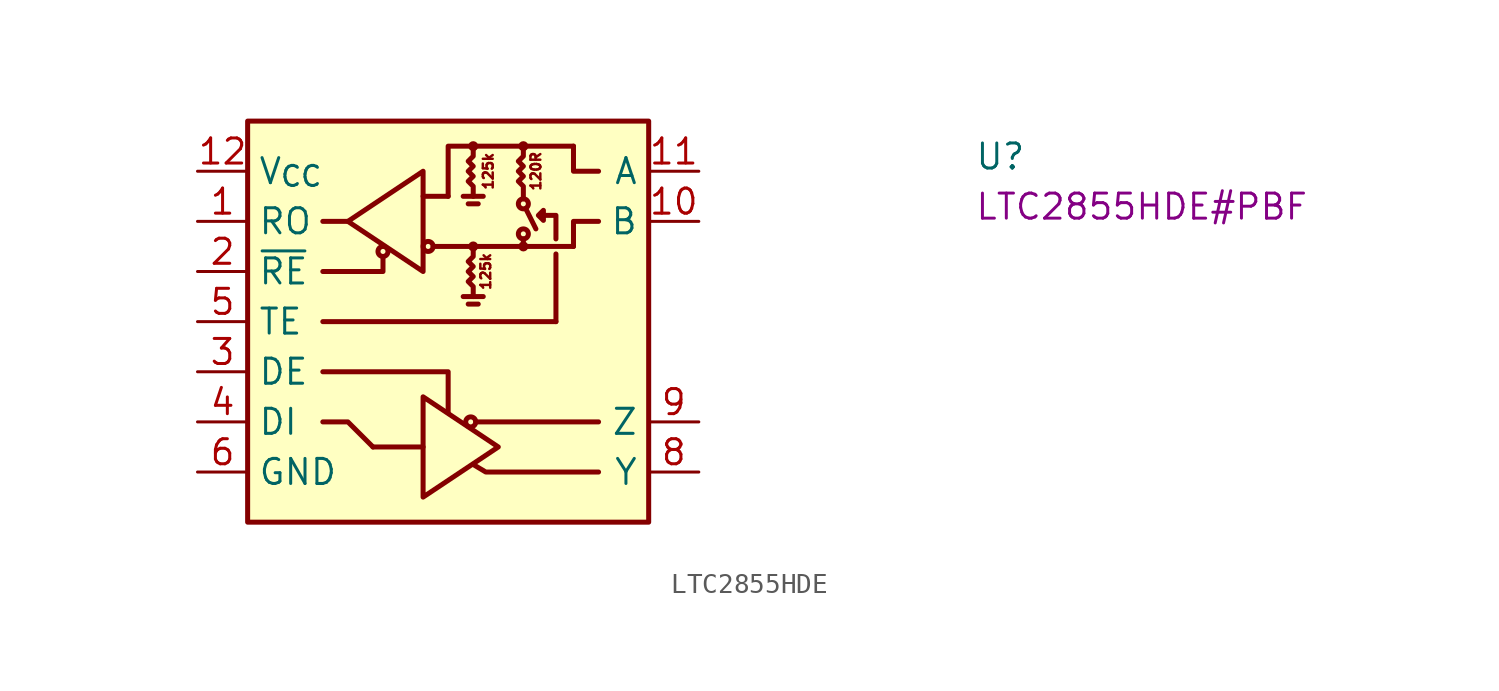
<source format=kicad_sym>
(kicad_symbol_lib
  (version 20220914)
  (generator kicad_symbol_editor)
  (symbol "LTC2855HDE"
    (property "Reference" "U"
      (at 39.37 0 0)
      (effects (font (size 1.27 1.27) (thickness 0.15)) (justify left bottom)))
    (property "MPN" "LTC2855HDE#PBF"
      (at 39.37 -2.54 0)
      (effects (font (size 1.27 1.27) (thickness 0.15)) (justify left bottom)))
    (symbol "LTC2855HDE_1_1"
      (polyline (pts (xy 6.35 -7.62) (xy 18.161 -7.62)) (stroke (width 0.254) (type default)) (fill (type none)))
      (polyline (pts (xy 6.35 -2.54) (xy 7.62 -2.54)) (stroke (width 0.254) (type default)) (fill (type none)))
      (polyline (pts (xy 8.89 -13.97) (xy 11.43 -13.97)) (stroke (width 0.254) (type default)) (fill (type none)))
      (polyline (pts (xy 11.43 -1.27) (xy 12.7 -1.27)) (stroke (width 0.254) (type default)) (fill (type none)))
      (polyline (pts (xy 11.938 -3.81) (xy 13.97 -3.81)) (stroke (width 0.254) (type default)) (fill (type none)))
      (polyline (pts (xy 13.462 -6.35) (xy 14.478 -6.35)) (stroke (width 0.254) (type default)) (fill (type none)))
      (polyline (pts (xy 13.462 -1.27) (xy 14.478 -1.27)) (stroke (width 0.254) (type default)) (fill (type none)))
      (polyline (pts (xy 14.224 -6.731) (xy 13.716 -6.731)) (stroke (width 0.254) (type default)) (fill (type none)))
      (polyline (pts (xy 14.224 -1.651) (xy 13.716 -1.651)) (stroke (width 0.254) (type default)) (fill (type none)))
      (polyline (pts (xy 16.637 -1.905) (xy 17.145 -2.921)) (stroke (width 0.254) (type default)) (fill (type none)))
      (polyline (pts (xy 18.161 -4.191) (xy 18.161 -7.62)) (stroke (width 0.254) (type default)) (fill (type none)))
      (polyline (pts (xy 19.05 -3.81) (xy 16.51 -3.81)) (stroke (width 0.254) (type default)) (fill (type none)))
      (polyline (pts (xy 20.32 -12.7) (xy 14.097 -12.7)) (stroke (width 0.254) (type default)) (fill (type none)))
      (polyline (pts (xy 6.35 -12.7) (xy 7.62 -12.7) (xy 8.89 -13.97)) (stroke (width 0.254) (type default)) (fill (type none)))
      (polyline (pts (xy 6.35 -10.16) (xy 12.7 -10.16) (xy 12.7 -12.243)) (stroke (width 0.254) (type default)) (fill (type none)))
      (polyline (pts (xy 6.35 -5.08) (xy 9.398 -5.08) (xy 9.398 -4.318)) (stroke (width 0.254) (type default)) (fill (type none)))
      (polyline (pts (xy 12.7 -1.27) (xy 12.7 1.27) (xy 19.05 1.27)) (stroke (width 0.254) (type default)) (fill (type none)))
      (polyline (pts (xy 13.843 -3.81) (xy 16.51 -3.81) (xy 16.51 -3.429)) (stroke (width 0.254) (type default)) (fill (type none)))
      (polyline (pts (xy 19.05 -3.81) (xy 19.05 -2.54) (xy 20.32 -2.54)) (stroke (width 0.254) (type default)) (fill (type none)))
      (polyline (pts (xy 20.32 -15.24) (xy 14.605 -15.24) (xy 13.97 -14.859)) (stroke (width 0.254) (type default)) (fill (type none)))
      (polyline (pts (xy 20.32 0) (xy 19.05 0) (xy 19.05 1.27)) (stroke (width 0.254) (type default)) (fill (type none)))
      (polyline (pts (xy 11.43 -16.51) (xy 11.43 -11.43) (xy 15.24 -13.97) (xy 11.43 -16.51)) (stroke (width 0.254) (type default)) (fill (type none)))
      (polyline (pts (xy 11.43 0) (xy 11.43 -5.08) (xy 7.62 -2.54) (xy 11.43 0)) (stroke (width 0.254) (type default)) (fill (type none)))
      (polyline (pts (xy 17.272 -2.235) (xy 17.526 -1.981) (xy 17.526 -2.489) (xy 17.272 -2.235) (xy 18.161 -2.235) (xy 18.161 -3.429)) (stroke (width 0.254) (type default)) (fill (type none)))
      (polyline (pts (xy 13.97 -3.81) (xy 13.97 -4.318) (xy 13.716 -4.572) (xy 13.97 -4.826) (xy 13.716 -5.08) (xy 13.97 -5.334) (xy 13.716 -5.588) (xy 13.97 -5.842) (xy 13.97 -6.35)) (stroke (width 0.254) (type default)) (fill (type none)))
      (polyline (pts (xy 13.97 1.27) (xy 13.97 0.762) (xy 13.716 0.508) (xy 13.97 0.254) (xy 13.716 0) (xy 13.97 -0.254) (xy 13.716 -0.508) (xy 13.97 -0.762) (xy 13.97 -1.27)) (stroke (width 0.254) (type default)) (fill (type none)))
      (polyline (pts (xy 16.51 1.27) (xy 16.51 0.762) (xy 16.256 0.508) (xy 16.51 0.254) (xy 16.256 0) (xy 16.51 -0.254) (xy 16.256 -0.508) (xy 16.51 -0.762) (xy 16.51 -1.397)) (stroke (width 0.254) (type default)) (fill (type none)))
      (rectangle (start 2.54 2.54) (end 22.86 -17.78) (stroke (width 0.254) (type default)) (fill (type background)))
      (circle (center 9.398 -4.064) (radius 0.254) (stroke (width 0.254) (type default)) (fill (type none)))
      (circle (center 11.684 -3.81) (radius 0.254) (stroke (width 0.254) (type default)) (fill (type none)))
      (circle (center 13.843 -12.7) (radius 0.254) (stroke (width 0.254) (type default)) (fill (type none)))
      (circle (center 13.97 -3.81) (radius 0.127) (stroke (width 0.254) (type default)) (fill (type none)))
      (circle (center 13.97 1.27) (radius 0.127) (stroke (width 0.254) (type default)) (fill (type none)))
      (circle (center 16.51 -3.81) (radius 0.127) (stroke (width 0.254) (type default)) (fill (type none)))
      (circle (center 16.51 -3.175) (radius 0.254) (stroke (width 0.254) (type default)) (fill (type none)))
      (circle (center 16.51 -1.651) (radius 0.254) (stroke (width 0.254) (type default)) (fill (type none)))
      (circle (center 16.51 1.27) (radius 0.127) (stroke (width 0.254) (type default)) (fill (type none)))
      (text "120R" (at 17.145 0 900) (effects (font (size 0.5 0.5))))
      (text "125k" (at 14.605 -5.08 900) (effects (font (size 0.5 0.5))))
      (text "125k" (at 14.732 0 900) (effects (font (size 0.5 0.5))))
      (pin output line (at 0 -2.54 0) (length 2.54) (name "RO" (effects (font (size 1.27 1.27)))) (number "1" (effects (font (size 1.27 1.27)))))
      (pin bidirectional line (at 25.4 -2.54 180) (length 2.54) (name "B" (effects (font (size 1.27 1.27)))) (number "10" (effects (font (size 1.27 1.27)))))
      (pin bidirectional line (at 25.4 0 180) (length 2.54) (name "A" (effects (font (size 1.27 1.27)))) (number "11" (effects (font (size 1.27 1.27)))))
      (pin power_in line (at 0 0 0) (length 2.54) (name "V_{CC}" (effects (font (size 1.27 1.27)))) (number "12" (effects (font (size 1.27 1.27)))))
      (pin power_in line (at 0 -15.24 0) (length 2.54) hide (name "GND" (effects (font (size 1.27 1.27)))) (number "13" (effects (font (size 1.27 1.27)))))
      (pin input line (at 0 -5.08 0) (length 2.54) (name "~{RE}" (effects (font (size 1.27 1.27)))) (number "2" (effects (font (size 1.27 1.27)))))
      (pin input line (at 0 -10.16 0) (length 2.54) (name "DE" (effects (font (size 1.27 1.27)))) (number "3" (effects (font (size 1.27 1.27)))))
      (pin input line (at 0 -12.7 0) (length 2.54) (name "DI" (effects (font (size 1.27 1.27)))) (number "4" (effects (font (size 1.27 1.27)))))
      (pin input line (at 0 -7.62 0) (length 2.54) (name "TE" (effects (font (size 1.27 1.27)))) (number "5" (effects (font (size 1.27 1.27)))))
      (pin power_in line (at 0 -15.24 0) (length 2.54) (name "GND" (effects (font (size 1.27 1.27)))) (number "6" (effects (font (size 1.27 1.27)))))
      (pin no_connect line (at 22.86 -7.62 180) (length 2.54) hide (name "NC" (effects (font (size 1.27 1.27)))) (number "7" (effects (font (size 1.27 1.27)))))
      (pin bidirectional line (at 25.4 -15.24 180) (length 2.54) (name "Y" (effects (font (size 1.27 1.27)))) (number "8" (effects (font (size 1.27 1.27)))))
      (pin bidirectional line (at 25.4 -12.7 180) (length 2.54) (name "Z" (effects (font (size 1.27 1.27)))) (number "9" (effects (font (size 1.27 1.27))))))))
</source>
